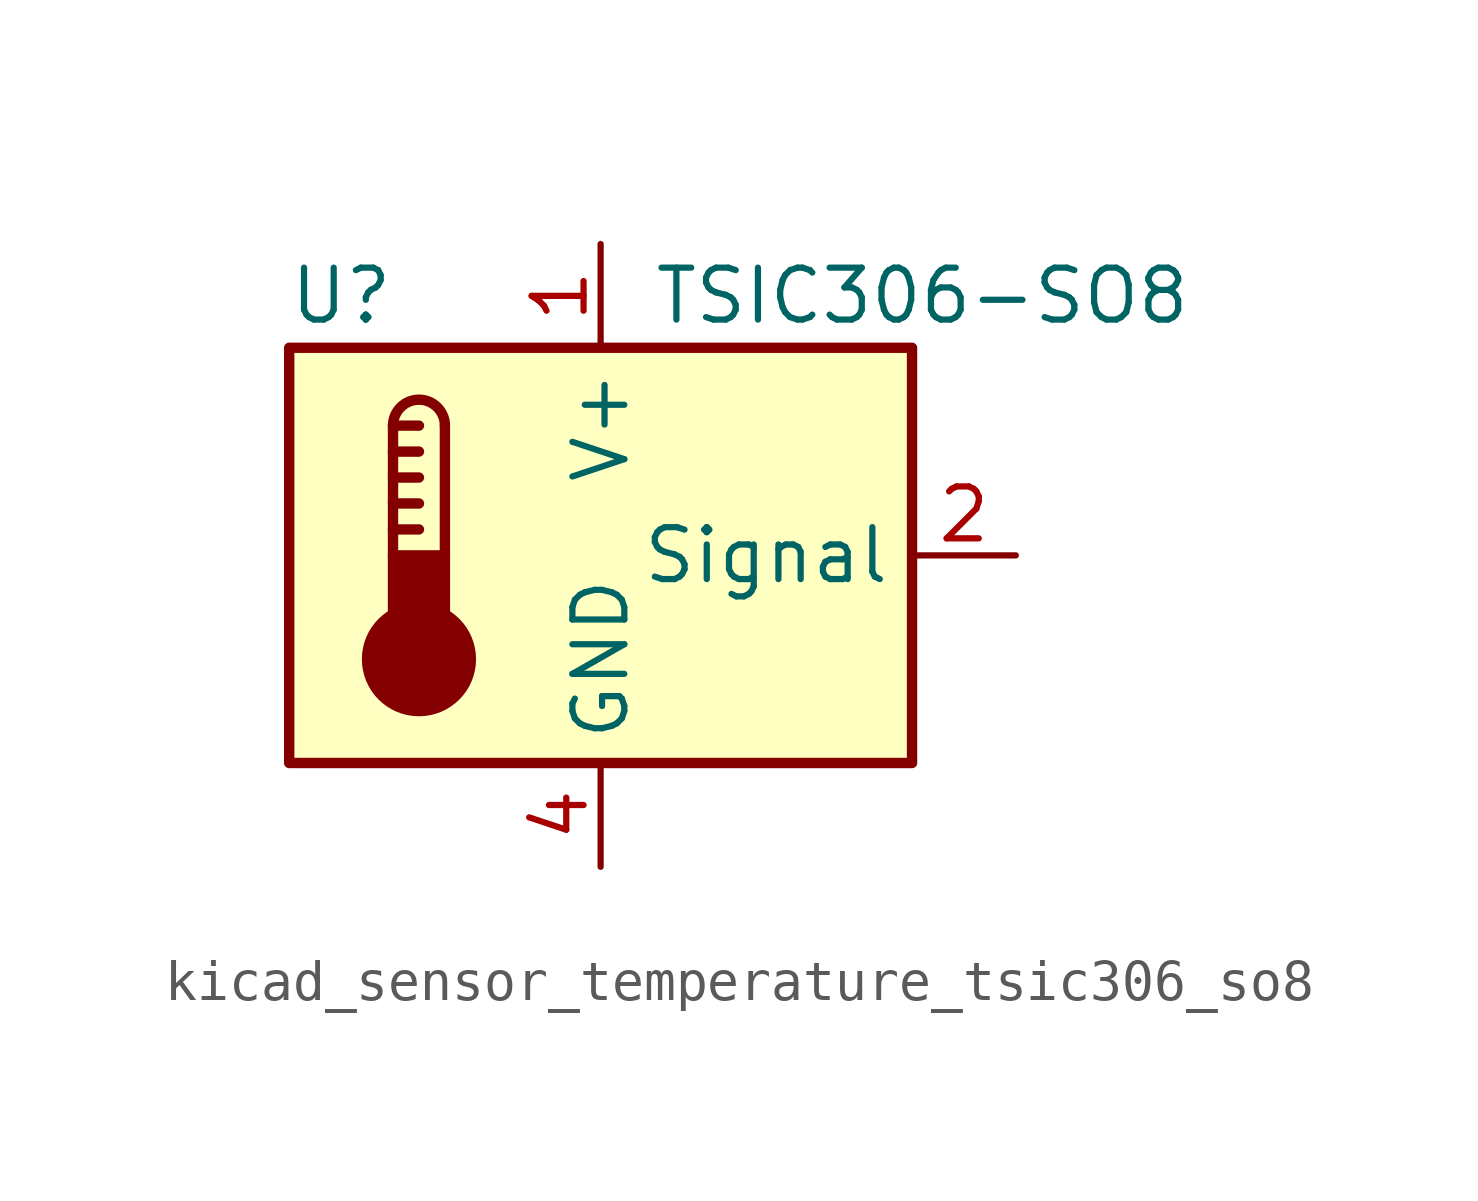
<source format=kicad_sym>
(kicad_symbol_lib
  (version 20220914)
  (generator kicad_symbol_editor)
  (symbol "kicad_sensor_temperature_tsic306_so8"
    (property "Reference" "U"
      (at -6.35 6.35 0)
      (effects (font (size 1.27 1.27))))
    (property "Value" "TSIC306-SO8"
      (at 1.27 6.35 0)
      (effects (font (size 1.27 1.27)) (justify left)))
    (symbol "kicad_sensor_temperature_tsic306_so8_0_1"
      (rectangle (start -7.62 5.08) (end 7.62 -5.08) (stroke (width 0.254) (type default)) (fill (type background)))
      (circle (center -4.445 -2.54) (radius 1.27) (stroke (width 0.254) (type default)) (fill (type outline)))
      (rectangle (start -3.81 -1.905) (end -5.08 0) (stroke (width 0.254) (type default)) (fill (type outline)))
      (arc (start -3.81 3.175) (mid -4.445 3.8073) (end -5.08 3.175) (stroke (width 0.254) (type default)) (fill (type none)))
      (polyline (pts (xy -5.08 0.635) (xy -4.445 0.635)) (stroke (width 0.254) (type default)) (fill (type none)))
      (polyline (pts (xy -5.08 1.27) (xy -4.445 1.27)) (stroke (width 0.254) (type default)) (fill (type none)))
      (polyline (pts (xy -5.08 1.905) (xy -4.445 1.905)) (stroke (width 0.254) (type default)) (fill (type none)))
      (polyline (pts (xy -5.08 2.54) (xy -4.445 2.54)) (stroke (width 0.254) (type default)) (fill (type none)))
      (polyline (pts (xy -5.08 3.175) (xy -5.08 0)) (stroke (width 0.254) (type default)) (fill (type none)))
      (polyline (pts (xy -5.08 3.175) (xy -4.445 3.175)) (stroke (width 0.254) (type default)) (fill (type none)))
      (polyline (pts (xy -3.81 3.175) (xy -3.81 0)) (stroke (width 0.254) (type default)) (fill (type none))))
    (symbol "kicad_sensor_temperature_tsic306_so8_1_1"
      (pin power_in line (at 0 7.62 270) (length 2.54) (name "V+" (effects (font (size 1.27 1.27)))) (number "1" (effects (font (size 1.27 1.27)))))
      (pin output line (at 10.16 0 180) (length 2.54) (name "Signal" (effects (font (size 1.27 1.27)))) (number "2" (effects (font (size 1.27 1.27)))))
      (pin no_connect line (at 7.62 -2.54 180) (length 2.54) hide (name "NC" (effects (font (size 1.27 1.27)))) (number "3" (effects (font (size 1.27 1.27)))))
      (pin power_in line (at 0 -7.62 90) (length 2.54) (name "GND" (effects (font (size 1.27 1.27)))) (number "4" (effects (font (size 1.27 1.27)))))
      (pin no_connect line (at -5.08 -5.08 90) (length 2.54) hide (name "NC" (effects (font (size 1.27 1.27)))) (number "5" (effects (font (size 1.27 1.27)))))
      (pin no_connect line (at -2.54 -5.08 90) (length 2.54) hide (name "NC" (effects (font (size 1.27 1.27)))) (number "6" (effects (font (size 1.27 1.27)))))
      (pin no_connect line (at 2.54 -5.08 90) (length 2.54) hide (name "NC" (effects (font (size 1.27 1.27)))) (number "7" (effects (font (size 1.27 1.27)))))
      (pin no_connect line (at 5.08 -5.08 90) (length 2.54) hide (name "NC" (effects (font (size 1.27 1.27)))) (number "8" (effects (font (size 1.27 1.27))))))))
</source>
